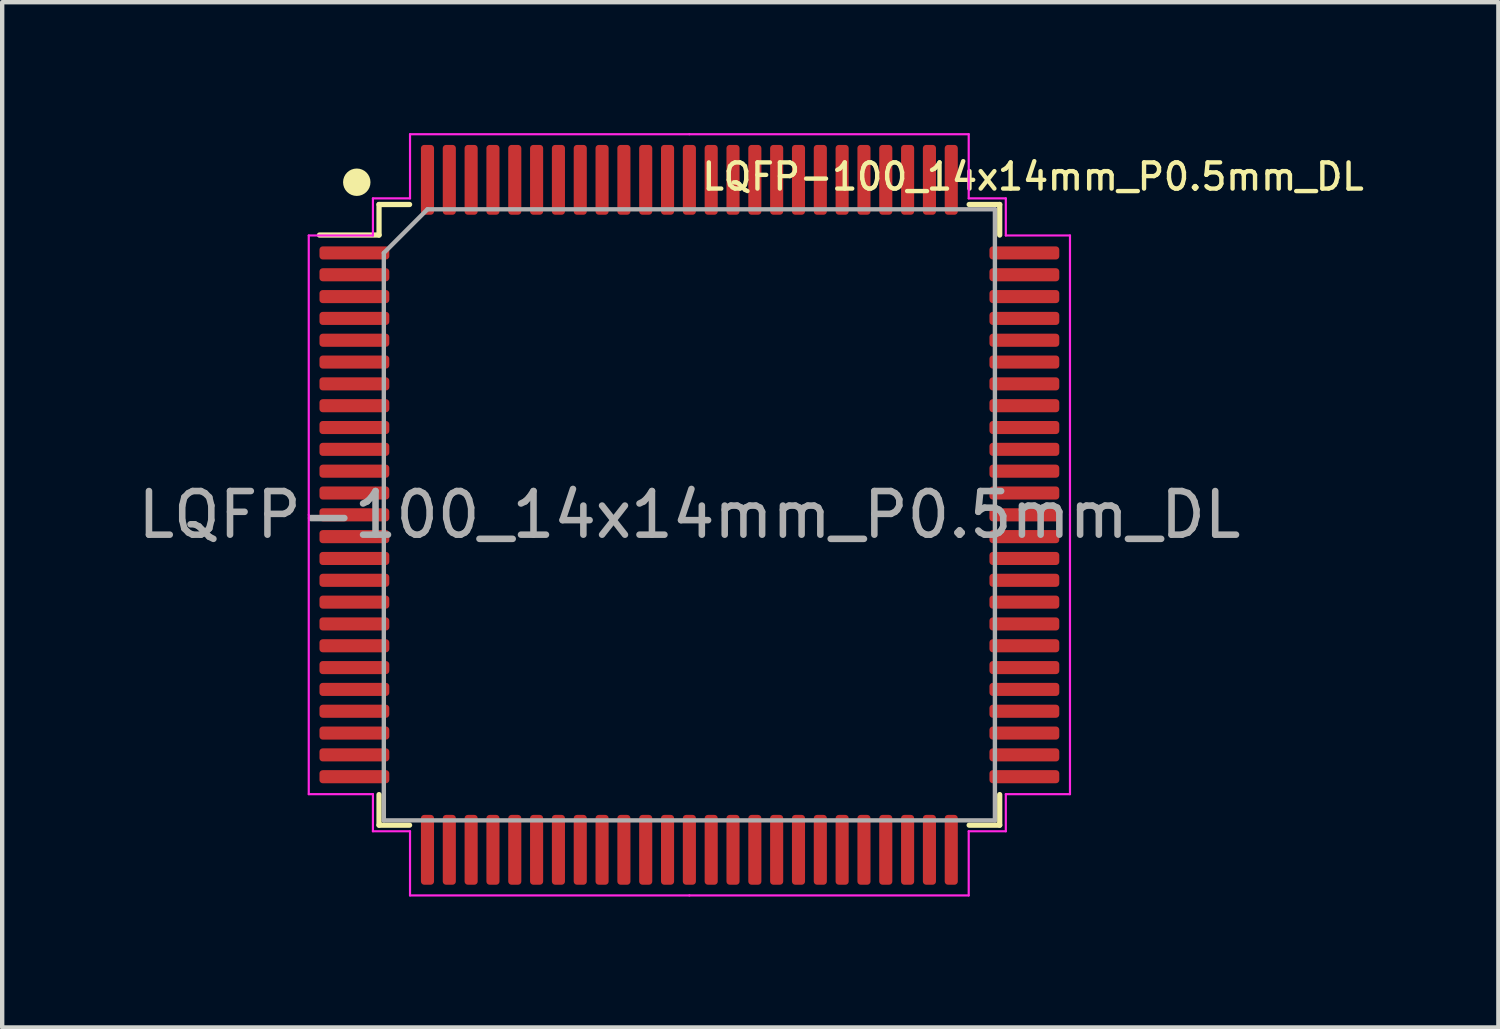
<source format=kicad_pcb>
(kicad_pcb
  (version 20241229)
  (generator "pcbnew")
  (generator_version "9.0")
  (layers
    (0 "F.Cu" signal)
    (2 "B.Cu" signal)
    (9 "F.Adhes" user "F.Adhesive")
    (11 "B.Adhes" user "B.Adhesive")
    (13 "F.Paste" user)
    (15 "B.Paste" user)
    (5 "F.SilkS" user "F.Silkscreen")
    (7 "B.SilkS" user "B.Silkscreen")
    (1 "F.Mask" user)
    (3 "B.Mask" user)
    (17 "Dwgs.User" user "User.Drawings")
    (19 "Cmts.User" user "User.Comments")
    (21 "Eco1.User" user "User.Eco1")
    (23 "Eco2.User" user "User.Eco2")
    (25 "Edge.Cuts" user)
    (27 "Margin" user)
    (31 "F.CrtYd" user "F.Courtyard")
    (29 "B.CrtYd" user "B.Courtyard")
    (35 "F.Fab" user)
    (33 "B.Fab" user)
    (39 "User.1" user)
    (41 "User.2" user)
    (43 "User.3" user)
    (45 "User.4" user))
  (footprint "LQFP-100_14x14mm_P0.5mm_DL"
    (layer "F.Cu")
    (at 12.744 8.745)
    (property "Reference" "LQFP-100_14x14mm_P0.5mm_DL" (at 7.874 -7.747 0) (layer "F.SilkS") (effects (font (size 0.6 0.6) (thickness 0.1))))
    (attr smd)
    (fp_line (start -7.11 -7.11) (end -7.11 -6.41) (stroke (width 0.12) (type solid)) (layer "F.SilkS"))
    (fp_line (start -7.11 -6.41) (end -8.475 -6.41) (stroke (width 0.12) (type solid)) (layer "F.SilkS"))
    (fp_line (start -7.11 7.11) (end -7.11 6.41) (stroke (width 0.12) (type solid)) (layer "F.SilkS"))
    (fp_line (start -6.41 -7.11) (end -7.11 -7.11) (stroke (width 0.12) (type solid)) (layer "F.SilkS"))
    (fp_line (start -6.41 7.11) (end -7.11 7.11) (stroke (width 0.12) (type solid)) (layer "F.SilkS"))
    (fp_line (start 6.41 -7.11) (end 7.11 -7.11) (stroke (width 0.12) (type solid)) (layer "F.SilkS"))
    (fp_line (start 6.41 7.11) (end 7.11 7.11) (stroke (width 0.12) (type solid)) (layer "F.SilkS"))
    (fp_line (start 7.11 -7.11) (end 7.11 -6.41) (stroke (width 0.12) (type solid)) (layer "F.SilkS"))
    (fp_line (start 7.11 7.11) (end 7.11 6.41) (stroke (width 0.12) (type solid)) (layer "F.SilkS"))
    (fp_circle (center -7.62 -7.62) (end -7.366 -7.62) (stroke (width 0.12) (type solid)) (fill yes) (layer "F.SilkS"))
    (fp_line (start -8.72 -6.4) (end -8.72 0) (stroke (width 0.05) (type solid)) (layer "F.CrtYd"))
    (fp_line (start -8.72 6.4) (end -8.72 0) (stroke (width 0.05) (type solid)) (layer "F.CrtYd"))
    (fp_line (start -7.25 -7.25) (end -7.25 -6.4) (stroke (width 0.05) (type solid)) (layer "F.CrtYd"))
    (fp_line (start -7.25 -6.4) (end -8.72 -6.4) (stroke (width 0.05) (type solid)) (layer "F.CrtYd"))
    (fp_line (start -7.25 6.4) (end -8.72 6.4) (stroke (width 0.05) (type solid)) (layer "F.CrtYd"))
    (fp_line (start -7.25 7.25) (end -7.25 6.4) (stroke (width 0.05) (type solid)) (layer "F.CrtYd"))
    (fp_line (start -6.4 -8.72) (end -6.4 -7.25) (stroke (width 0.05) (type solid)) (layer "F.CrtYd"))
    (fp_line (start -6.4 -7.25) (end -7.25 -7.25) (stroke (width 0.05) (type solid)) (layer "F.CrtYd"))
    (fp_line (start -6.4 7.25) (end -7.25 7.25) (stroke (width 0.05) (type solid)) (layer "F.CrtYd"))
    (fp_line (start -6.4 8.72) (end -6.4 7.25) (stroke (width 0.05) (type solid)) (layer "F.CrtYd"))
    (fp_line (start 0 -8.72) (end -6.4 -8.72) (stroke (width 0.05) (type solid)) (layer "F.CrtYd"))
    (fp_line (start 0 -8.72) (end 6.4 -8.72) (stroke (width 0.05) (type solid)) (layer "F.CrtYd"))
    (fp_line (start 0 8.72) (end -6.4 8.72) (stroke (width 0.05) (type solid)) (layer "F.CrtYd"))
    (fp_line (start 0 8.72) (end 6.4 8.72) (stroke (width 0.05) (type solid)) (layer "F.CrtYd"))
    (fp_line (start 6.4 -8.72) (end 6.4 -7.25) (stroke (width 0.05) (type solid)) (layer "F.CrtYd"))
    (fp_line (start 6.4 -7.25) (end 7.25 -7.25) (stroke (width 0.05) (type solid)) (layer "F.CrtYd"))
    (fp_line (start 6.4 7.25) (end 7.25 7.25) (stroke (width 0.05) (type solid)) (layer "F.CrtYd"))
    (fp_line (start 6.4 8.72) (end 6.4 7.25) (stroke (width 0.05) (type solid)) (layer "F.CrtYd"))
    (fp_line (start 7.25 -7.25) (end 7.25 -6.4) (stroke (width 0.05) (type solid)) (layer "F.CrtYd"))
    (fp_line (start 7.25 -6.4) (end 8.72 -6.4) (stroke (width 0.05) (type solid)) (layer "F.CrtYd"))
    (fp_line (start 7.25 6.4) (end 8.72 6.4) (stroke (width 0.05) (type solid)) (layer "F.CrtYd"))
    (fp_line (start 7.25 7.25) (end 7.25 6.4) (stroke (width 0.05) (type solid)) (layer "F.CrtYd"))
    (fp_line (start 8.72 -6.4) (end 8.72 0) (stroke (width 0.05) (type solid)) (layer "F.CrtYd"))
    (fp_line (start 8.72 6.4) (end 8.72 0) (stroke (width 0.05) (type solid)) (layer "F.CrtYd"))
    (fp_line (start -7 -6) (end -6 -7) (stroke (width 0.1) (type solid)) (layer "F.Fab"))
    (fp_line (start -7 7) (end -7 -6) (stroke (width 0.1) (type solid)) (layer "F.Fab"))
    (fp_line (start -6 -7) (end 7 -7) (stroke (width 0.1) (type solid)) (layer "F.Fab"))
    (fp_line (start 7 -7) (end 7 7) (stroke (width 0.1) (type solid)) (layer "F.Fab"))
    (fp_line (start 7 7) (end -7 7) (stroke (width 0.1) (type solid)) (layer "F.Fab"))
    (fp_text user "${REFERENCE}" (at 0 0 0) (layer "F.Fab") (effects (font (size 1 1) (thickness 0.15))))
    (pad "1" smd roundrect (at -7.675 -6) (size 1.6 0.3) (layers "F.Cu" "F.Mask" "F.Paste") (roundrect_rratio 0.25))
    (pad "2" smd roundrect (at -7.675 -5.5) (size 1.6 0.3) (layers "F.Cu" "F.Mask" "F.Paste") (roundrect_rratio 0.25))
    (pad "3" smd roundrect (at -7.675 -5) (size 1.6 0.3) (layers "F.Cu" "F.Mask" "F.Paste") (roundrect_rratio 0.25))
    (pad "4" smd roundrect (at -7.675 -4.5) (size 1.6 0.3) (layers "F.Cu" "F.Mask" "F.Paste") (roundrect_rratio 0.25))
    (pad "5" smd roundrect (at -7.675 -4) (size 1.6 0.3) (layers "F.Cu" "F.Mask" "F.Paste") (roundrect_rratio 0.25))
    (pad "6" smd roundrect (at -7.675 -3.5) (size 1.6 0.3) (layers "F.Cu" "F.Mask" "F.Paste") (roundrect_rratio 0.25))
    (pad "7" smd roundrect (at -7.675 -3) (size 1.6 0.3) (layers "F.Cu" "F.Mask" "F.Paste") (roundrect_rratio 0.25))
    (pad "8" smd roundrect (at -7.675 -2.5) (size 1.6 0.3) (layers "F.Cu" "F.Mask" "F.Paste") (roundrect_rratio 0.25))
    (pad "9" smd roundrect (at -7.675 -2) (size 1.6 0.3) (layers "F.Cu" "F.Mask" "F.Paste") (roundrect_rratio 0.25))
    (pad "10" smd roundrect (at -7.675 -1.5) (size 1.6 0.3) (layers "F.Cu" "F.Mask" "F.Paste") (roundrect_rratio 0.25))
    (pad "11" smd roundrect (at -7.675 -1) (size 1.6 0.3) (layers "F.Cu" "F.Mask" "F.Paste") (roundrect_rratio 0.25))
    (pad "12" smd roundrect (at -7.675 -0.5) (size 1.6 0.3) (layers "F.Cu" "F.Mask" "F.Paste") (roundrect_rratio 0.25))
    (pad "13" smd roundrect (at -7.675 0) (size 1.6 0.3) (layers "F.Cu" "F.Mask" "F.Paste") (roundrect_rratio 0.25))
    (pad "14" smd roundrect (at -7.675 0.5) (size 1.6 0.3) (layers "F.Cu" "F.Mask" "F.Paste") (roundrect_rratio 0.25))
    (pad "15" smd roundrect (at -7.675 1) (size 1.6 0.3) (layers "F.Cu" "F.Mask" "F.Paste") (roundrect_rratio 0.25))
    (pad "16" smd roundrect (at -7.675 1.5) (size 1.6 0.3) (layers "F.Cu" "F.Mask" "F.Paste") (roundrect_rratio 0.25))
    (pad "17" smd roundrect (at -7.675 2) (size 1.6 0.3) (layers "F.Cu" "F.Mask" "F.Paste") (roundrect_rratio 0.25))
    (pad "18" smd roundrect (at -7.675 2.5) (size 1.6 0.3) (layers "F.Cu" "F.Mask" "F.Paste") (roundrect_rratio 0.25))
    (pad "19" smd roundrect (at -7.675 3) (size 1.6 0.3) (layers "F.Cu" "F.Mask" "F.Paste") (roundrect_rratio 0.25))
    (pad "20" smd roundrect (at -7.675 3.5) (size 1.6 0.3) (layers "F.Cu" "F.Mask" "F.Paste") (roundrect_rratio 0.25))
    (pad "21" smd roundrect (at -7.675 4) (size 1.6 0.3) (layers "F.Cu" "F.Mask" "F.Paste") (roundrect_rratio 0.25))
    (pad "22" smd roundrect (at -7.675 4.5) (size 1.6 0.3) (layers "F.Cu" "F.Mask" "F.Paste") (roundrect_rratio 0.25))
    (pad "23" smd roundrect (at -7.675 5) (size 1.6 0.3) (layers "F.Cu" "F.Mask" "F.Paste") (roundrect_rratio 0.25))
    (pad "24" smd roundrect (at -7.675 5.5) (size 1.6 0.3) (layers "F.Cu" "F.Mask" "F.Paste") (roundrect_rratio 0.25))
    (pad "25" smd roundrect (at -7.675 6) (size 1.6 0.3) (layers "F.Cu" "F.Mask" "F.Paste") (roundrect_rratio 0.25))
    (pad "26" smd roundrect (at -6 7.675) (size 0.3 1.6) (layers "F.Cu" "F.Mask" "F.Paste") (roundrect_rratio 0.25))
    (pad "27" smd roundrect (at -5.5 7.675) (size 0.3 1.6) (layers "F.Cu" "F.Mask" "F.Paste") (roundrect_rratio 0.25))
    (pad "28" smd roundrect (at -5 7.675) (size 0.3 1.6) (layers "F.Cu" "F.Mask" "F.Paste") (roundrect_rratio 0.25))
    (pad "29" smd roundrect (at -4.5 7.675) (size 0.3 1.6) (layers "F.Cu" "F.Mask" "F.Paste") (roundrect_rratio 0.25))
    (pad "30" smd roundrect (at -4 7.675) (size 0.3 1.6) (layers "F.Cu" "F.Mask" "F.Paste") (roundrect_rratio 0.25))
    (pad "31" smd roundrect (at -3.5 7.675) (size 0.3 1.6) (layers "F.Cu" "F.Mask" "F.Paste") (roundrect_rratio 0.25))
    (pad "32" smd roundrect (at -3 7.675) (size 0.3 1.6) (layers "F.Cu" "F.Mask" "F.Paste") (roundrect_rratio 0.25))
    (pad "33" smd roundrect (at -2.5 7.675) (size 0.3 1.6) (layers "F.Cu" "F.Mask" "F.Paste") (roundrect_rratio 0.25))
    (pad "34" smd roundrect (at -2 7.675) (size 0.3 1.6) (layers "F.Cu" "F.Mask" "F.Paste") (roundrect_rratio 0.25))
    (pad "35" smd roundrect (at -1.5 7.675) (size 0.3 1.6) (layers "F.Cu" "F.Mask" "F.Paste") (roundrect_rratio 0.25))
    (pad "36" smd roundrect (at -1 7.675) (size 0.3 1.6) (layers "F.Cu" "F.Mask" "F.Paste") (roundrect_rratio 0.25))
    (pad "37" smd roundrect (at -0.5 7.675) (size 0.3 1.6) (layers "F.Cu" "F.Mask" "F.Paste") (roundrect_rratio 0.25))
    (pad "38" smd roundrect (at 0 7.675) (size 0.3 1.6) (layers "F.Cu" "F.Mask" "F.Paste") (roundrect_rratio 0.25))
    (pad "39" smd roundrect (at 0.5 7.675) (size 0.3 1.6) (layers "F.Cu" "F.Mask" "F.Paste") (roundrect_rratio 0.25))
    (pad "40" smd roundrect (at 1 7.675) (size 0.3 1.6) (layers "F.Cu" "F.Mask" "F.Paste") (roundrect_rratio 0.25))
    (pad "41" smd roundrect (at 1.5 7.675) (size 0.3 1.6) (layers "F.Cu" "F.Mask" "F.Paste") (roundrect_rratio 0.25))
    (pad "42" smd roundrect (at 2 7.675) (size 0.3 1.6) (layers "F.Cu" "F.Mask" "F.Paste") (roundrect_rratio 0.25))
    (pad "43" smd roundrect (at 2.5 7.675) (size 0.3 1.6) (layers "F.Cu" "F.Mask" "F.Paste") (roundrect_rratio 0.25))
    (pad "44" smd roundrect (at 3 7.675) (size 0.3 1.6) (layers "F.Cu" "F.Mask" "F.Paste") (roundrect_rratio 0.25))
    (pad "45" smd roundrect (at 3.5 7.675) (size 0.3 1.6) (layers "F.Cu" "F.Mask" "F.Paste") (roundrect_rratio 0.25))
    (pad "46" smd roundrect (at 4 7.675) (size 0.3 1.6) (layers "F.Cu" "F.Mask" "F.Paste") (roundrect_rratio 0.25))
    (pad "47" smd roundrect (at 4.5 7.675) (size 0.3 1.6) (layers "F.Cu" "F.Mask" "F.Paste") (roundrect_rratio 0.25))
    (pad "48" smd roundrect (at 5 7.675) (size 0.3 1.6) (layers "F.Cu" "F.Mask" "F.Paste") (roundrect_rratio 0.25))
    (pad "49" smd roundrect (at 5.5 7.675) (size 0.3 1.6) (layers "F.Cu" "F.Mask" "F.Paste") (roundrect_rratio 0.25))
    (pad "50" smd roundrect (at 6 7.675) (size 0.3 1.6) (layers "F.Cu" "F.Mask" "F.Paste") (roundrect_rratio 0.25))
    (pad "51" smd roundrect (at 7.675 6) (size 1.6 0.3) (layers "F.Cu" "F.Mask" "F.Paste") (roundrect_rratio 0.25))
    (pad "52" smd roundrect (at 7.675 5.5) (size 1.6 0.3) (layers "F.Cu" "F.Mask" "F.Paste") (roundrect_rratio 0.25))
    (pad "53" smd roundrect (at 7.675 5) (size 1.6 0.3) (layers "F.Cu" "F.Mask" "F.Paste") (roundrect_rratio 0.25))
    (pad "54" smd roundrect (at 7.675 4.5) (size 1.6 0.3) (layers "F.Cu" "F.Mask" "F.Paste") (roundrect_rratio 0.25))
    (pad "55" smd roundrect (at 7.675 4) (size 1.6 0.3) (layers "F.Cu" "F.Mask" "F.Paste") (roundrect_rratio 0.25))
    (pad "56" smd roundrect (at 7.675 3.5) (size 1.6 0.3) (layers "F.Cu" "F.Mask" "F.Paste") (roundrect_rratio 0.25))
    (pad "57" smd roundrect (at 7.675 3) (size 1.6 0.3) (layers "F.Cu" "F.Mask" "F.Paste") (roundrect_rratio 0.25))
    (pad "58" smd roundrect (at 7.675 2.5) (size 1.6 0.3) (layers "F.Cu" "F.Mask" "F.Paste") (roundrect_rratio 0.25))
    (pad "59" smd roundrect (at 7.675 2) (size 1.6 0.3) (layers "F.Cu" "F.Mask" "F.Paste") (roundrect_rratio 0.25))
    (pad "60" smd roundrect (at 7.675 1.5) (size 1.6 0.3) (layers "F.Cu" "F.Mask" "F.Paste") (roundrect_rratio 0.25))
    (pad "61" smd roundrect (at 7.675 1) (size 1.6 0.3) (layers "F.Cu" "F.Mask" "F.Paste") (roundrect_rratio 0.25))
    (pad "62" smd roundrect (at 7.675 0.5) (size 1.6 0.3) (layers "F.Cu" "F.Mask" "F.Paste") (roundrect_rratio 0.25))
    (pad "63" smd roundrect (at 7.675 0) (size 1.6 0.3) (layers "F.Cu" "F.Mask" "F.Paste") (roundrect_rratio 0.25))
    (pad "64" smd roundrect (at 7.675 -0.5) (size 1.6 0.3) (layers "F.Cu" "F.Mask" "F.Paste") (roundrect_rratio 0.25))
    (pad "65" smd roundrect (at 7.675 -1) (size 1.6 0.3) (layers "F.Cu" "F.Mask" "F.Paste") (roundrect_rratio 0.25))
    (pad "66" smd roundrect (at 7.675 -1.5) (size 1.6 0.3) (layers "F.Cu" "F.Mask" "F.Paste") (roundrect_rratio 0.25))
    (pad "67" smd roundrect (at 7.675 -2) (size 1.6 0.3) (layers "F.Cu" "F.Mask" "F.Paste") (roundrect_rratio 0.25))
    (pad "68" smd roundrect (at 7.675 -2.5) (size 1.6 0.3) (layers "F.Cu" "F.Mask" "F.Paste") (roundrect_rratio 0.25))
    (pad "69" smd roundrect (at 7.675 -3) (size 1.6 0.3) (layers "F.Cu" "F.Mask" "F.Paste") (roundrect_rratio 0.25))
    (pad "70" smd roundrect (at 7.675 -3.5) (size 1.6 0.3) (layers "F.Cu" "F.Mask" "F.Paste") (roundrect_rratio 0.25))
    (pad "71" smd roundrect (at 7.675 -4) (size 1.6 0.3) (layers "F.Cu" "F.Mask" "F.Paste") (roundrect_rratio 0.25))
    (pad "72" smd roundrect (at 7.675 -4.5) (size 1.6 0.3) (layers "F.Cu" "F.Mask" "F.Paste") (roundrect_rratio 0.25))
    (pad "73" smd roundrect (at 7.675 -5) (size 1.6 0.3) (layers "F.Cu" "F.Mask" "F.Paste") (roundrect_rratio 0.25))
    (pad "74" smd roundrect (at 7.675 -5.5) (size 1.6 0.3) (layers "F.Cu" "F.Mask" "F.Paste") (roundrect_rratio 0.25))
    (pad "75" smd roundrect (at 7.675 -6) (size 1.6 0.3) (layers "F.Cu" "F.Mask" "F.Paste") (roundrect_rratio 0.25))
    (pad "76" smd roundrect (at 6 -7.675) (size 0.3 1.6) (layers "F.Cu" "F.Mask" "F.Paste") (roundrect_rratio 0.25))
    (pad "77" smd roundrect (at 5.5 -7.675) (size 0.3 1.6) (layers "F.Cu" "F.Mask" "F.Paste") (roundrect_rratio 0.25))
    (pad "78" smd roundrect (at 5 -7.675) (size 0.3 1.6) (layers "F.Cu" "F.Mask" "F.Paste") (roundrect_rratio 0.25))
    (pad "79" smd roundrect (at 4.5 -7.675) (size 0.3 1.6) (layers "F.Cu" "F.Mask" "F.Paste") (roundrect_rratio 0.25))
    (pad "80" smd roundrect (at 4 -7.675) (size 0.3 1.6) (layers "F.Cu" "F.Mask" "F.Paste") (roundrect_rratio 0.25))
    (pad "81" smd roundrect (at 3.5 -7.675) (size 0.3 1.6) (layers "F.Cu" "F.Mask" "F.Paste") (roundrect_rratio 0.25))
    (pad "82" smd roundrect (at 3 -7.675) (size 0.3 1.6) (layers "F.Cu" "F.Mask" "F.Paste") (roundrect_rratio 0.25))
    (pad "83" smd roundrect (at 2.5 -7.675) (size 0.3 1.6) (layers "F.Cu" "F.Mask" "F.Paste") (roundrect_rratio 0.25))
    (pad "84" smd roundrect (at 2 -7.675) (size 0.3 1.6) (layers "F.Cu" "F.Mask" "F.Paste") (roundrect_rratio 0.25))
    (pad "85" smd roundrect (at 1.5 -7.675) (size 0.3 1.6) (layers "F.Cu" "F.Mask" "F.Paste") (roundrect_rratio 0.25))
    (pad "86" smd roundrect (at 1 -7.675) (size 0.3 1.6) (layers "F.Cu" "F.Mask" "F.Paste") (roundrect_rratio 0.25))
    (pad "87" smd roundrect (at 0.5 -7.675) (size 0.3 1.6) (layers "F.Cu" "F.Mask" "F.Paste") (roundrect_rratio 0.25))
    (pad "88" smd roundrect (at 0 -7.675) (size 0.3 1.6) (layers "F.Cu" "F.Mask" "F.Paste") (roundrect_rratio 0.25))
    (pad "89" smd roundrect (at -0.5 -7.675) (size 0.3 1.6) (layers "F.Cu" "F.Mask" "F.Paste") (roundrect_rratio 0.25))
    (pad "90" smd roundrect (at -1 -7.675) (size 0.3 1.6) (layers "F.Cu" "F.Mask" "F.Paste") (roundrect_rratio 0.25))
    (pad "91" smd roundrect (at -1.5 -7.675) (size 0.3 1.6) (layers "F.Cu" "F.Mask" "F.Paste") (roundrect_rratio 0.25))
    (pad "92" smd roundrect (at -2 -7.675) (size 0.3 1.6) (layers "F.Cu" "F.Mask" "F.Paste") (roundrect_rratio 0.25))
    (pad "93" smd roundrect (at -2.5 -7.675) (size 0.3 1.6) (layers "F.Cu" "F.Mask" "F.Paste") (roundrect_rratio 0.25))
    (pad "94" smd roundrect (at -3 -7.675) (size 0.3 1.6) (layers "F.Cu" "F.Mask" "F.Paste") (roundrect_rratio 0.25))
    (pad "95" smd roundrect (at -3.5 -7.675) (size 0.3 1.6) (layers "F.Cu" "F.Mask" "F.Paste") (roundrect_rratio 0.25))
    (pad "96" smd roundrect (at -4 -7.675) (size 0.3 1.6) (layers "F.Cu" "F.Mask" "F.Paste") (roundrect_rratio 0.25))
    (pad "97" smd roundrect (at -4.5 -7.675) (size 0.3 1.6) (layers "F.Cu" "F.Mask" "F.Paste") (roundrect_rratio 0.25))
    (pad "98" smd roundrect (at -5 -7.675) (size 0.3 1.6) (layers "F.Cu" "F.Mask" "F.Paste") (roundrect_rratio 0.25))
    (pad "99" smd roundrect (at -5.5 -7.675) (size 0.3 1.6) (layers "F.Cu" "F.Mask" "F.Paste") (roundrect_rratio 0.25))
    (pad "100" smd roundrect (at -6 -7.675) (size 0.3 1.6) (layers "F.Cu" "F.Mask" "F.Paste") (roundrect_rratio 0.25)))
  (gr_rect
    (start -3 -3)
    (end 31.279 20.49)
    (stroke (width 0.1) (type default))
    (fill no)
    (layer "Edge.Cuts")))
</source>
